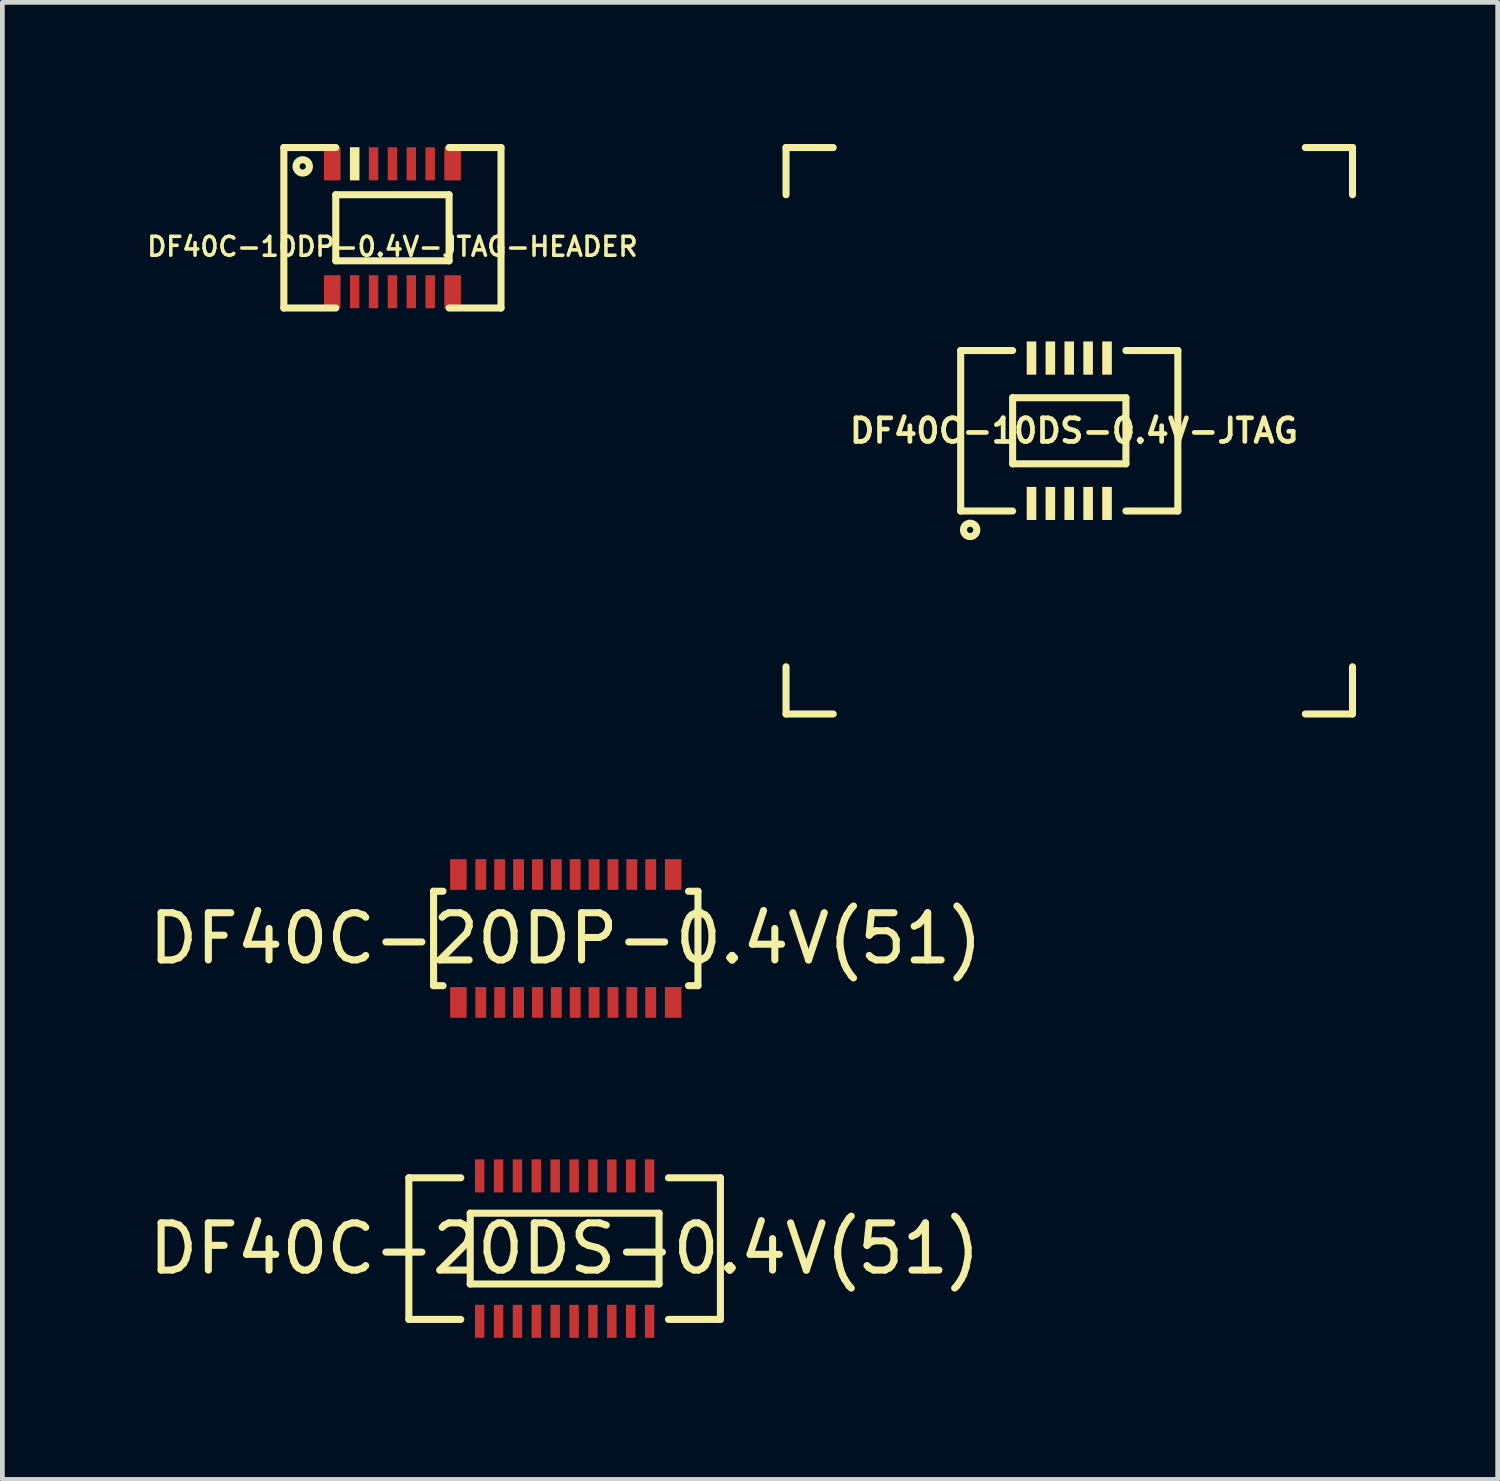
<source format=kicad_pcb>
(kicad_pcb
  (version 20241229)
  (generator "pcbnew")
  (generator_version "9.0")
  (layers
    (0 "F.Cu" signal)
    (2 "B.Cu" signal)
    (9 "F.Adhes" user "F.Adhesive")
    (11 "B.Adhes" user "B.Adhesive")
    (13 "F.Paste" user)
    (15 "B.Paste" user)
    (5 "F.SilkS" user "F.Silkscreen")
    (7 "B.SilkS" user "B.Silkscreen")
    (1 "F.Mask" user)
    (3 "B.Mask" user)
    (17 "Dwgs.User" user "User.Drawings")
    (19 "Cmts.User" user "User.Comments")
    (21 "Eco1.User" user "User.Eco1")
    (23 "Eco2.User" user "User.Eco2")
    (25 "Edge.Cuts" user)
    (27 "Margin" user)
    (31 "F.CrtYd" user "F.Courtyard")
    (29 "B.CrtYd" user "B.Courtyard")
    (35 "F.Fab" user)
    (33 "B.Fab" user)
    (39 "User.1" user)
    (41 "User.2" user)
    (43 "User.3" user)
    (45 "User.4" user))
  (footprint "DF40C-10DS-0.4V-JTAG"
    (layer "F.Cu")
    (at 19.601 6.075)
    (property "Reference" "DF40C-10DS-0.4V-JTAG" (at 0.1 0 0) (layer "F.SilkS") (effects (font (size 0.5 0.5) (thickness 0.1))))
    (attr smd)
    (fp_line (start -6 -6) (end -6 -5) (stroke (width 0.15) (type solid)) (layer "F.SilkS"))
    (fp_line (start -6 -6) (end -5 -6) (stroke (width 0.15) (type solid)) (layer "F.SilkS"))
    (fp_line (start -6 6) (end -6 5) (stroke (width 0.15) (type solid)) (layer "F.SilkS"))
    (fp_line (start -6 6) (end -5 6) (stroke (width 0.15) (type solid)) (layer "F.SilkS"))
    (fp_line (start -2.3 -1.7) (end -1.2 -1.7) (stroke (width 0.15) (type solid)) (layer "F.SilkS"))
    (fp_line (start -2.3 1.7) (end -2.3 -1.7) (stroke (width 0.15) (type solid)) (layer "F.SilkS"))
    (fp_line (start -1.2 -0.7) (end -1.2 0.7) (stroke (width 0.15) (type solid)) (layer "F.SilkS"))
    (fp_line (start -1.2 0.7) (end 1.2 0.7) (stroke (width 0.15) (type solid)) (layer "F.SilkS"))
    (fp_line (start -1.2 1.7) (end -2.3 1.7) (stroke (width 0.15) (type solid)) (layer "F.SilkS"))
    (fp_line (start 1.2 -0.7) (end -1.2 -0.7) (stroke (width 0.15) (type solid)) (layer "F.SilkS"))
    (fp_line (start 1.2 0.7) (end 1.2 -0.7) (stroke (width 0.15) (type solid)) (layer "F.SilkS"))
    (fp_line (start 1.2 1.7) (end 2.3 1.7) (stroke (width 0.15) (type solid)) (layer "F.SilkS"))
    (fp_line (start 2.3 -1.7) (end 1.2 -1.7) (stroke (width 0.15) (type solid)) (layer "F.SilkS"))
    (fp_line (start 2.3 1.7) (end 2.3 -1.7) (stroke (width 0.15) (type solid)) (layer "F.SilkS"))
    (fp_line (start 5 -6) (end 6 -6) (stroke (width 0.15) (type solid)) (layer "F.SilkS"))
    (fp_line (start 5 6) (end 6 6) (stroke (width 0.15) (type solid)) (layer "F.SilkS"))
    (fp_line (start 6 -6) (end 6 -5) (stroke (width 0.15) (type solid)) (layer "F.SilkS"))
    (fp_line (start 6 6) (end 6 5) (stroke (width 0.15) (type solid)) (layer "F.SilkS"))
    (fp_circle (center -2.1 2.1) (end -2 2.2) (stroke (width 0.15) (type solid)) (fill no) (layer "F.SilkS"))
    (pad "1" smd rect (at -0.8 1.54) (size 0.2 0.7) (layers "F.Cu" "F.Mask" "F.SilkS" "F.Paste"))
    (pad "2" smd rect (at -0.8 -1.54) (size 0.2 0.7) (layers "F.Cu" "F.Mask" "F.SilkS" "F.Paste"))
    (pad "3" smd rect (at -0.4 1.54) (size 0.2 0.7) (layers "F.Cu" "F.Mask" "F.SilkS" "F.Paste"))
    (pad "4" smd rect (at -0.4 -1.54) (size 0.2 0.7) (layers "F.Cu" "F.Mask" "F.SilkS" "F.Paste"))
    (pad "5" smd rect (at 0 1.54) (size 0.2 0.7) (layers "F.Cu" "F.Mask" "F.SilkS" "F.Paste"))
    (pad "6" smd rect (at 0 -1.54) (size 0.2 0.7) (layers "F.Cu" "F.Mask" "F.SilkS" "F.Paste"))
    (pad "7" smd rect (at 0.4 1.54) (size 0.2 0.7) (layers "F.Cu" "F.Mask" "F.SilkS" "F.Paste"))
    (pad "8" smd rect (at 0.4 -1.54) (size 0.2 0.7) (layers "F.Cu" "F.Mask" "F.SilkS" "F.Paste"))
    (pad "9" smd rect (at 0.8 1.54) (size 0.2 0.7) (layers "F.Cu" "F.Mask" "F.SilkS" "F.Paste"))
    (pad "10" smd rect (at 0.8 -1.54) (size 0.2 0.7) (layers "F.Cu" "F.Mask" "F.SilkS" "F.Paste")))
  (footprint "DF40C-20DP-0.4V(51)"
    (layer "F.Cu")
    (at 8.935 16.83)
    (property "Reference" "DF40C-20DP-0.4V(51)" (at 0 0 0) (layer "F.SilkS") (effects (font (size 1 1) (thickness 0.15))))
    (attr through_hole)
    (fp_line (start -2.8 -1) (end -2.8 1) (stroke (width 0.15) (type solid)) (layer "F.SilkS"))
    (fp_line (start -2.8 1) (end -2.6 1) (stroke (width 0.15) (type solid)) (layer "F.SilkS"))
    (fp_line (start -2.6 -1) (end -2.8 -1) (stroke (width 0.15) (type solid)) (layer "F.SilkS"))
    (fp_line (start 2.6 -1) (end 2.8 -1) (stroke (width 0.15) (type solid)) (layer "F.SilkS"))
    (fp_line (start 2.8 -1) (end 2.8 1) (stroke (width 0.15) (type solid)) (layer "F.SilkS"))
    (fp_line (start 2.8 1) (end 2.6 1) (stroke (width 0.15) (type solid)) (layer "F.SilkS"))
    (pad "1" smd rect (at -1.8 -1.355) (size 0.23 0.65) (layers "F.Cu" "F.Mask" "F.Paste"))
    (pad "2" smd rect (at -1.8 1.355) (size 0.23 0.65) (layers "F.Cu" "F.Mask" "F.Paste"))
    (pad "3" smd rect (at -1.4 -1.355) (size 0.23 0.65) (layers "F.Cu" "F.Mask" "F.Paste"))
    (pad "4" smd rect (at -1.4 1.355) (size 0.23 0.65) (layers "F.Cu" "F.Mask" "F.Paste"))
    (pad "5" smd rect (at -1 -1.355) (size 0.23 0.65) (layers "F.Cu" "F.Mask" "F.Paste"))
    (pad "6" smd rect (at -1 1.355) (size 0.23 0.65) (layers "F.Cu" "F.Mask" "F.Paste"))
    (pad "7" smd rect (at -0.6 -1.355) (size 0.23 0.65) (layers "F.Cu" "F.Mask" "F.Paste"))
    (pad "8" smd rect (at -0.6 1.355) (size 0.23 0.65) (layers "F.Cu" "F.Mask" "F.Paste"))
    (pad "9" smd rect (at -0.2 -1.355) (size 0.23 0.65) (layers "F.Cu" "F.Mask" "F.Paste"))
    (pad "10" smd rect (at -0.2 1.355) (size 0.23 0.65) (layers "F.Cu" "F.Mask" "F.Paste"))
    (pad "11" smd rect (at 0.2 -1.355) (size 0.23 0.65) (layers "F.Cu" "F.Mask" "F.Paste"))
    (pad "12" smd rect (at 0.2 1.355) (size 0.23 0.65) (layers "F.Cu" "F.Mask" "F.Paste"))
    (pad "13" smd rect (at 0.6 -1.355) (size 0.23 0.65) (layers "F.Cu" "F.Mask" "F.Paste"))
    (pad "14" smd rect (at 0.6 1.355) (size 0.23 0.65) (layers "F.Cu" "F.Mask" "F.Paste"))
    (pad "15" smd rect (at 1 -1.355) (size 0.23 0.65) (layers "F.Cu" "F.Mask" "F.Paste"))
    (pad "16" smd rect (at 1 1.355) (size 0.23 0.65) (layers "F.Cu" "F.Mask" "F.Paste"))
    (pad "17" smd rect (at 1.4 -1.355) (size 0.23 0.65) (layers "F.Cu" "F.Mask" "F.Paste"))
    (pad "18" smd rect (at 1.4 1.355) (size 0.23 0.65) (layers "F.Cu" "F.Mask" "F.Paste"))
    (pad "19" smd rect (at 1.8 -1.355) (size 0.23 0.65) (layers "F.Cu" "F.Mask" "F.Paste"))
    (pad "20" smd rect (at 1.8 1.355) (size 0.23 0.65) (layers "F.Cu" "F.Mask" "F.Paste"))
    (pad "fix" smd rect (at -2.275 -1.355) (size 0.35 0.65) (layers "F.Cu" "F.Mask" "F.Paste"))
    (pad "fix" smd rect (at -2.275 1.355) (size 0.35 0.65) (layers "F.Cu" "F.Mask" "F.Paste"))
    (pad "fix" smd rect (at 2.275 -1.355) (size 0.35 0.65) (layers "F.Cu" "F.Mask" "F.Paste"))
    (pad "fix" smd rect (at 2.275 1.355) (size 0.35 0.65) (layers "F.Cu" "F.Mask" "F.Paste")))
  (footprint "DF40C-20DS-0.4V(51)"
    (layer "F.Cu")
    (at 8.911 23.4)
    (property "Reference" "DF40C-20DS-0.4V(51)" (at 0 0 0) (layer "F.SilkS") (effects (font (size 1 1) (thickness 0.15))))
    (attr through_hole)
    (fp_line (start -3.3 -1.5) (end -3.3 1.5) (stroke (width 0.15) (type solid)) (layer "F.SilkS"))
    (fp_line (start -3.3 1.5) (end -2.2 1.5) (stroke (width 0.15) (type solid)) (layer "F.SilkS"))
    (fp_line (start -2.2 -1.5) (end -3.3 -1.5) (stroke (width 0.15) (type solid)) (layer "F.SilkS"))
    (fp_line (start -2 -0.75) (end 2 -0.75) (stroke (width 0.15) (type solid)) (layer "F.SilkS"))
    (fp_line (start -2 0.75) (end -2 -0.75) (stroke (width 0.15) (type solid)) (layer "F.SilkS"))
    (fp_line (start 2 -0.75) (end 2 0.75) (stroke (width 0.15) (type solid)) (layer "F.SilkS"))
    (fp_line (start 2 0.75) (end -2 0.75) (stroke (width 0.15) (type solid)) (layer "F.SilkS"))
    (fp_line (start 2.2 -1.5) (end 3.3 -1.5) (stroke (width 0.15) (type solid)) (layer "F.SilkS"))
    (fp_line (start 3.3 -1.5) (end 3.3 1.5) (stroke (width 0.15) (type solid)) (layer "F.SilkS"))
    (fp_line (start 3.3 1.5) (end 2.2 1.5) (stroke (width 0.15) (type solid)) (layer "F.SilkS"))
    (pad "1" smd rect (at -1.8 1.54) (size 0.2 0.7) (layers "F.Cu" "F.Mask" "F.Paste"))
    (pad "2" smd rect (at -1.8 -1.54) (size 0.2 0.7) (layers "F.Cu" "F.Mask" "F.Paste"))
    (pad "3" smd rect (at -1.4 1.54) (size 0.2 0.7) (layers "F.Cu" "F.Mask" "F.Paste"))
    (pad "4" smd rect (at -1.4 -1.54) (size 0.2 0.7) (layers "F.Cu" "F.Mask" "F.Paste"))
    (pad "5" smd rect (at -1 1.54) (size 0.2 0.7) (layers "F.Cu" "F.Mask" "F.Paste"))
    (pad "6" smd rect (at -1 -1.54) (size 0.2 0.7) (layers "F.Cu" "F.Mask" "F.Paste"))
    (pad "7" smd rect (at -0.6 1.54) (size 0.2 0.7) (layers "F.Cu" "F.Mask" "F.Paste"))
    (pad "8" smd rect (at -0.6 -1.54) (size 0.2 0.7) (layers "F.Cu" "F.Mask" "F.Paste"))
    (pad "9" smd rect (at -0.2 1.54) (size 0.2 0.7) (layers "F.Cu" "F.Mask" "F.Paste"))
    (pad "10" smd rect (at -0.2 -1.54) (size 0.2 0.7) (layers "F.Cu" "F.Mask" "F.Paste"))
    (pad "11" smd rect (at 0.2 1.54) (size 0.2 0.7) (layers "F.Cu" "F.Mask" "F.Paste"))
    (pad "12" smd rect (at 0.2 -1.54) (size 0.2 0.7) (layers "F.Cu" "F.Mask" "F.Paste"))
    (pad "13" smd rect (at 0.6 1.54) (size 0.2 0.7) (layers "F.Cu" "F.Mask" "F.Paste"))
    (pad "14" smd rect (at 0.6 -1.54) (size 0.2 0.7) (layers "F.Cu" "F.Mask" "F.Paste"))
    (pad "15" smd rect (at 1 1.54) (size 0.2 0.7) (layers "F.Cu" "F.Mask" "F.Paste"))
    (pad "16" smd rect (at 1 -1.54) (size 0.2 0.7) (layers "F.Cu" "F.Mask" "F.Paste"))
    (pad "17" smd rect (at 1.4 1.54) (size 0.2 0.7) (layers "F.Cu" "F.Mask" "F.Paste"))
    (pad "18" smd rect (at 1.4 -1.54) (size 0.2 0.7) (layers "F.Cu" "F.Mask" "F.Paste"))
    (pad "19" smd rect (at 1.8 1.54) (size 0.2 0.7) (layers "F.Cu" "F.Mask" "F.Paste"))
    (pad "20" smd rect (at 1.8 -1.54) (size 0.2 0.7) (layers "F.Cu" "F.Mask" "F.Paste")))
  (footprint "DF40C-10DP-0.4V-JTAG-HEADER"
    (layer "F.Cu")
    (at 5.263 1.775)
    (property "Reference" "DF40C-10DP-0.4V-JTAG-HEADER" (at 0 0.4 0) (layer "F.SilkS") (effects (font (size 0.4 0.4) (thickness 0.075))))
    (attr smd)
    (fp_line (start -2.3 -1.7) (end -1.2 -1.7) (stroke (width 0.15) (type solid)) (layer "F.SilkS"))
    (fp_line (start -2.3 1.7) (end -2.3 -1.7) (stroke (width 0.15) (type solid)) (layer "F.SilkS"))
    (fp_line (start -1.2 -0.7) (end -1.2 0.7) (stroke (width 0.15) (type solid)) (layer "F.SilkS"))
    (fp_line (start -1.2 0.7) (end 1.2 0.7) (stroke (width 0.15) (type solid)) (layer "F.SilkS"))
    (fp_line (start -1.2 1.7) (end -2.3 1.7) (stroke (width 0.15) (type solid)) (layer "F.SilkS"))
    (fp_line (start 1.2 -0.7) (end -1.2 -0.7) (stroke (width 0.15) (type solid)) (layer "F.SilkS"))
    (fp_line (start 1.2 0.7) (end 1.2 -0.7) (stroke (width 0.15) (type solid)) (layer "F.SilkS"))
    (fp_line (start 1.2 1.7) (end 2.3 1.7) (stroke (width 0.15) (type solid)) (layer "F.SilkS"))
    (fp_line (start 2.3 -1.7) (end 1.2 -1.7) (stroke (width 0.15) (type solid)) (layer "F.SilkS"))
    (fp_line (start 2.3 1.7) (end 2.3 -1.7) (stroke (width 0.15) (type solid)) (layer "F.SilkS"))
    (fp_circle (center -1.9 -1.3) (end -1.8 -1.2) (stroke (width 0.15) (type solid)) (fill no) (layer "F.SilkS"))
    (pad "1" smd rect (at -0.8 -1.355) (size 0.2 0.7) (layers "F.Cu" "F.Mask" "F.SilkS" "F.Paste"))
    (pad "2" smd rect (at -0.8 1.355) (size 0.2 0.7) (layers "F.Cu" "F.Mask" "F.Paste"))
    (pad "3" smd rect (at -0.4 -1.355) (size 0.2 0.7) (layers "F.Cu" "F.Mask" "F.Paste"))
    (pad "4" smd rect (at -0.4 1.355) (size 0.2 0.7) (layers "F.Cu" "F.Mask" "F.Paste"))
    (pad "5" smd rect (at 0 -1.355) (size 0.2 0.7) (layers "F.Cu" "F.Mask" "F.Paste"))
    (pad "6" smd rect (at 0 1.355) (size 0.2 0.7) (layers "F.Cu" "F.Mask" "F.Paste"))
    (pad "7" smd rect (at 0.4 -1.355) (size 0.2 0.7) (layers "F.Cu" "F.Mask" "F.Paste"))
    (pad "8" smd rect (at 0.4 1.355) (size 0.2 0.7) (layers "F.Cu" "F.Mask" "F.Paste"))
    (pad "9" smd rect (at 0.8 -1.355) (size 0.2 0.7) (layers "F.Cu" "F.Mask" "F.Paste"))
    (pad "10" smd rect (at 0.8 1.355) (size 0.2 0.7) (layers "F.Cu" "F.Mask" "F.Paste"))
    (pad "nc" smd rect (at -1.275 -1.355) (size 0.35 0.7) (layers "F.Cu" "F.Mask" "F.Paste"))
    (pad "nc" smd rect (at -1.275 1.355) (size 0.35 0.7) (layers "F.Cu" "F.Mask" "F.Paste"))
    (pad "nc" smd rect (at 1.275 -1.355) (size 0.35 0.7) (layers "F.Cu" "F.Mask" "F.Paste"))
    (pad "nc" smd rect (at 1.275 1.355) (size 0.35 0.7) (layers "F.Cu" "F.Mask" "F.Paste")))
  (gr_rect
    (start -3 -3)
    (end 28.676 28.29)
    (stroke (width 0.1) (type default))
    (fill no)
    (layer "Edge.Cuts")))
</source>
